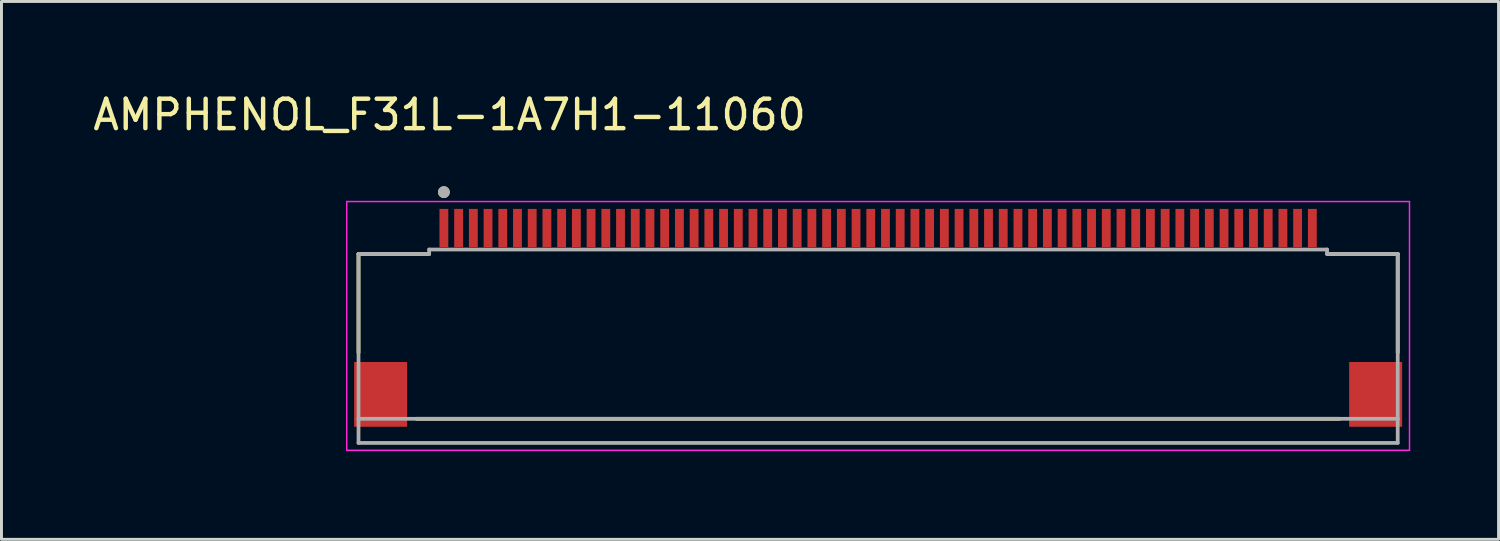
<source format=kicad_pcb>
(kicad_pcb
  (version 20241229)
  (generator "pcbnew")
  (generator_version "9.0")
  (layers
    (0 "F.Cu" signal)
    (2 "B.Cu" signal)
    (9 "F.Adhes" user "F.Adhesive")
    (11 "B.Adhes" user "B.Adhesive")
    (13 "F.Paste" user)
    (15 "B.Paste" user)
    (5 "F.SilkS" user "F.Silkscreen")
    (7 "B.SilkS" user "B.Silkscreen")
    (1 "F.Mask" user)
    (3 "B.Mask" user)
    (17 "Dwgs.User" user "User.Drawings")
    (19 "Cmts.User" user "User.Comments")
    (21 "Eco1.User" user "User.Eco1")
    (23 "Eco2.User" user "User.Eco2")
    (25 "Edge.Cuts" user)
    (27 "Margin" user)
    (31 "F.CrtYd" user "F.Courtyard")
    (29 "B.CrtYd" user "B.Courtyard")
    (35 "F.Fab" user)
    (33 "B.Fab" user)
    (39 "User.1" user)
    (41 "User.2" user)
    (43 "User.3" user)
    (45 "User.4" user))
  (footprint "AMPHENOL_F31L-1A7H1-11060"
    (layer "F.Cu")
    (at 26.778 8.786)
    (property "Reference" "AMPHENOL_F31L-1A7H1-11060" (at -14.557 -7.938 0) (layer "F.SilkS") (effects (font (size 1 1) (thickness 0.15))))
    (attr smd)
    (fp_poly (pts (xy -14.95 -4.79) (xy -14.55 -4.79) (xy -14.55 -3.39) (xy -14.95 -3.39)) (stroke (width 0.01) (type solid)) (fill yes) (layer "F.Mask"))
    (fp_poly (pts (xy -14.45 -4.79) (xy -14.05 -4.79) (xy -14.05 -3.39) (xy -14.45 -3.39)) (stroke (width 0.01) (type solid)) (fill yes) (layer "F.Mask"))
    (fp_poly (pts (xy -13.95 -4.79) (xy -13.55 -4.79) (xy -13.55 -3.39) (xy -13.95 -3.39)) (stroke (width 0.01) (type solid)) (fill yes) (layer "F.Mask"))
    (fp_poly (pts (xy -13.45 -4.79) (xy -13.05 -4.79) (xy -13.05 -3.39) (xy -13.45 -3.39)) (stroke (width 0.01) (type solid)) (fill yes) (layer "F.Mask"))
    (fp_poly (pts (xy -12.95 -4.79) (xy -12.55 -4.79) (xy -12.55 -3.39) (xy -12.95 -3.39)) (stroke (width 0.01) (type solid)) (fill yes) (layer "F.Mask"))
    (fp_poly (pts (xy -12.45 -4.79) (xy -12.05 -4.79) (xy -12.05 -3.39) (xy -12.45 -3.39)) (stroke (width 0.01) (type solid)) (fill yes) (layer "F.Mask"))
    (fp_poly (pts (xy -11.95 -4.79) (xy -11.55 -4.79) (xy -11.55 -3.39) (xy -11.95 -3.39)) (stroke (width 0.01) (type solid)) (fill yes) (layer "F.Mask"))
    (fp_poly (pts (xy -11.45 -4.79) (xy -11.05 -4.79) (xy -11.05 -3.39) (xy -11.45 -3.39)) (stroke (width 0.01) (type solid)) (fill yes) (layer "F.Mask"))
    (fp_poly (pts (xy -10.95 -4.79) (xy -10.55 -4.79) (xy -10.55 -3.39) (xy -10.95 -3.39)) (stroke (width 0.01) (type solid)) (fill yes) (layer "F.Mask"))
    (fp_poly (pts (xy -10.45 -4.79) (xy -10.05 -4.79) (xy -10.05 -3.39) (xy -10.45 -3.39)) (stroke (width 0.01) (type solid)) (fill yes) (layer "F.Mask"))
    (fp_poly (pts (xy -9.95 -4.79) (xy -9.55 -4.79) (xy -9.55 -3.39) (xy -9.95 -3.39)) (stroke (width 0.01) (type solid)) (fill yes) (layer "F.Mask"))
    (fp_poly (pts (xy -9.45 -4.79) (xy -9.05 -4.79) (xy -9.05 -3.39) (xy -9.45 -3.39)) (stroke (width 0.01) (type solid)) (fill yes) (layer "F.Mask"))
    (fp_poly (pts (xy -8.95 -4.79) (xy -8.55 -4.79) (xy -8.55 -3.39) (xy -8.95 -3.39)) (stroke (width 0.01) (type solid)) (fill yes) (layer "F.Mask"))
    (fp_poly (pts (xy -8.45 -4.79) (xy -8.05 -4.79) (xy -8.05 -3.39) (xy -8.45 -3.39)) (stroke (width 0.01) (type solid)) (fill yes) (layer "F.Mask"))
    (fp_poly (pts (xy -7.95 -4.79) (xy -7.55 -4.79) (xy -7.55 -3.39) (xy -7.95 -3.39)) (stroke (width 0.01) (type solid)) (fill yes) (layer "F.Mask"))
    (fp_poly (pts (xy -7.45 -4.79) (xy -7.05 -4.79) (xy -7.05 -3.39) (xy -7.45 -3.39)) (stroke (width 0.01) (type solid)) (fill yes) (layer "F.Mask"))
    (fp_poly (pts (xy -6.95 -4.79) (xy -6.55 -4.79) (xy -6.55 -3.39) (xy -6.95 -3.39)) (stroke (width 0.01) (type solid)) (fill yes) (layer "F.Mask"))
    (fp_poly (pts (xy -6.45 -4.79) (xy -6.05 -4.79) (xy -6.05 -3.39) (xy -6.45 -3.39)) (stroke (width 0.01) (type solid)) (fill yes) (layer "F.Mask"))
    (fp_poly (pts (xy -5.95 -4.79) (xy -5.55 -4.79) (xy -5.55 -3.39) (xy -5.95 -3.39)) (stroke (width 0.01) (type solid)) (fill yes) (layer "F.Mask"))
    (fp_poly (pts (xy -5.45 -4.79) (xy -5.05 -4.79) (xy -5.05 -3.39) (xy -5.45 -3.39)) (stroke (width 0.01) (type solid)) (fill yes) (layer "F.Mask"))
    (fp_poly (pts (xy -4.95 -4.79) (xy -4.55 -4.79) (xy -4.55 -3.39) (xy -4.95 -3.39)) (stroke (width 0.01) (type solid)) (fill yes) (layer "F.Mask"))
    (fp_poly (pts (xy -4.45 -4.79) (xy -4.05 -4.79) (xy -4.05 -3.39) (xy -4.45 -3.39)) (stroke (width 0.01) (type solid)) (fill yes) (layer "F.Mask"))
    (fp_poly (pts (xy -3.95 -4.79) (xy -3.55 -4.79) (xy -3.55 -3.39) (xy -3.95 -3.39)) (stroke (width 0.01) (type solid)) (fill yes) (layer "F.Mask"))
    (fp_poly (pts (xy -3.45 -4.79) (xy -3.05 -4.79) (xy -3.05 -3.39) (xy -3.45 -3.39)) (stroke (width 0.01) (type solid)) (fill yes) (layer "F.Mask"))
    (fp_poly (pts (xy -2.95 -4.79) (xy -2.55 -4.79) (xy -2.55 -3.39) (xy -2.95 -3.39)) (stroke (width 0.01) (type solid)) (fill yes) (layer "F.Mask"))
    (fp_poly (pts (xy -2.45 -4.79) (xy -2.05 -4.79) (xy -2.05 -3.39) (xy -2.45 -3.39)) (stroke (width 0.01) (type solid)) (fill yes) (layer "F.Mask"))
    (fp_poly (pts (xy -1.95 -4.79) (xy -1.55 -4.79) (xy -1.55 -3.39) (xy -1.95 -3.39)) (stroke (width 0.01) (type solid)) (fill yes) (layer "F.Mask"))
    (fp_poly (pts (xy -1.45 -4.79) (xy -1.05 -4.79) (xy -1.05 -3.39) (xy -1.45 -3.39)) (stroke (width 0.01) (type solid)) (fill yes) (layer "F.Mask"))
    (fp_poly (pts (xy -0.95 -4.79) (xy -0.55 -4.79) (xy -0.55 -3.39) (xy -0.95 -3.39)) (stroke (width 0.01) (type solid)) (fill yes) (layer "F.Mask"))
    (fp_poly (pts (xy -0.45 -4.79) (xy -0.05 -4.79) (xy -0.05 -3.39) (xy -0.45 -3.39)) (stroke (width 0.01) (type solid)) (fill yes) (layer "F.Mask"))
    (fp_poly (pts (xy 0.05 -4.79) (xy 0.45 -4.79) (xy 0.45 -3.39) (xy 0.05 -3.39)) (stroke (width 0.01) (type solid)) (fill yes) (layer "F.Mask"))
    (fp_poly (pts (xy 0.55 -4.79) (xy 0.95 -4.79) (xy 0.95 -3.39) (xy 0.55 -3.39)) (stroke (width 0.01) (type solid)) (fill yes) (layer "F.Mask"))
    (fp_poly (pts (xy 1.05 -4.79) (xy 1.45 -4.79) (xy 1.45 -3.39) (xy 1.05 -3.39)) (stroke (width 0.01) (type solid)) (fill yes) (layer "F.Mask"))
    (fp_poly (pts (xy 1.55 -4.79) (xy 1.95 -4.79) (xy 1.95 -3.39) (xy 1.55 -3.39)) (stroke (width 0.01) (type solid)) (fill yes) (layer "F.Mask"))
    (fp_poly (pts (xy 2.05 -4.79) (xy 2.45 -4.79) (xy 2.45 -3.39) (xy 2.05 -3.39)) (stroke (width 0.01) (type solid)) (fill yes) (layer "F.Mask"))
    (fp_poly (pts (xy 2.55 -4.79) (xy 2.95 -4.79) (xy 2.95 -3.39) (xy 2.55 -3.39)) (stroke (width 0.01) (type solid)) (fill yes) (layer "F.Mask"))
    (fp_poly (pts (xy 3.05 -4.79) (xy 3.45 -4.79) (xy 3.45 -3.39) (xy 3.05 -3.39)) (stroke (width 0.01) (type solid)) (fill yes) (layer "F.Mask"))
    (fp_poly (pts (xy 3.55 -4.79) (xy 3.95 -4.79) (xy 3.95 -3.39) (xy 3.55 -3.39)) (stroke (width 0.01) (type solid)) (fill yes) (layer "F.Mask"))
    (fp_poly (pts (xy 4.05 -4.79) (xy 4.45 -4.79) (xy 4.45 -3.39) (xy 4.05 -3.39)) (stroke (width 0.01) (type solid)) (fill yes) (layer "F.Mask"))
    (fp_poly (pts (xy 4.55 -4.79) (xy 4.95 -4.79) (xy 4.95 -3.39) (xy 4.55 -3.39)) (stroke (width 0.01) (type solid)) (fill yes) (layer "F.Mask"))
    (fp_poly (pts (xy 5.05 -4.79) (xy 5.45 -4.79) (xy 5.45 -3.39) (xy 5.05 -3.39)) (stroke (width 0.01) (type solid)) (fill yes) (layer "F.Mask"))
    (fp_poly (pts (xy 5.55 -4.79) (xy 5.95 -4.79) (xy 5.95 -3.39) (xy 5.55 -3.39)) (stroke (width 0.01) (type solid)) (fill yes) (layer "F.Mask"))
    (fp_poly (pts (xy 6.05 -4.79) (xy 6.45 -4.79) (xy 6.45 -3.39) (xy 6.05 -3.39)) (stroke (width 0.01) (type solid)) (fill yes) (layer "F.Mask"))
    (fp_poly (pts (xy 6.55 -4.79) (xy 6.95 -4.79) (xy 6.95 -3.39) (xy 6.55 -3.39)) (stroke (width 0.01) (type solid)) (fill yes) (layer "F.Mask"))
    (fp_poly (pts (xy 7.05 -4.79) (xy 7.45 -4.79) (xy 7.45 -3.39) (xy 7.05 -3.39)) (stroke (width 0.01) (type solid)) (fill yes) (layer "F.Mask"))
    (fp_poly (pts (xy 7.55 -4.79) (xy 7.95 -4.79) (xy 7.95 -3.39) (xy 7.55 -3.39)) (stroke (width 0.01) (type solid)) (fill yes) (layer "F.Mask"))
    (fp_poly (pts (xy 8.05 -4.79) (xy 8.45 -4.79) (xy 8.45 -3.39) (xy 8.05 -3.39)) (stroke (width 0.01) (type solid)) (fill yes) (layer "F.Mask"))
    (fp_poly (pts (xy 8.55 -4.79) (xy 8.95 -4.79) (xy 8.95 -3.39) (xy 8.55 -3.39)) (stroke (width 0.01) (type solid)) (fill yes) (layer "F.Mask"))
    (fp_poly (pts (xy 9.05 -4.79) (xy 9.45 -4.79) (xy 9.45 -3.39) (xy 9.05 -3.39)) (stroke (width 0.01) (type solid)) (fill yes) (layer "F.Mask"))
    (fp_poly (pts (xy 9.55 -4.79) (xy 9.95 -4.79) (xy 9.95 -3.39) (xy 9.55 -3.39)) (stroke (width 0.01) (type solid)) (fill yes) (layer "F.Mask"))
    (fp_poly (pts (xy 10.05 -4.79) (xy 10.45 -4.79) (xy 10.45 -3.39) (xy 10.05 -3.39)) (stroke (width 0.01) (type solid)) (fill yes) (layer "F.Mask"))
    (fp_poly (pts (xy 10.55 -4.79) (xy 10.95 -4.79) (xy 10.95 -3.39) (xy 10.55 -3.39)) (stroke (width 0.01) (type solid)) (fill yes) (layer "F.Mask"))
    (fp_poly (pts (xy 11.05 -4.79) (xy 11.45 -4.79) (xy 11.45 -3.39) (xy 11.05 -3.39)) (stroke (width 0.01) (type solid)) (fill yes) (layer "F.Mask"))
    (fp_poly (pts (xy 11.55 -4.79) (xy 11.95 -4.79) (xy 11.95 -3.39) (xy 11.55 -3.39)) (stroke (width 0.01) (type solid)) (fill yes) (layer "F.Mask"))
    (fp_poly (pts (xy 12.05 -4.79) (xy 12.45 -4.79) (xy 12.45 -3.39) (xy 12.05 -3.39)) (stroke (width 0.01) (type solid)) (fill yes) (layer "F.Mask"))
    (fp_poly (pts (xy 12.55 -4.79) (xy 12.95 -4.79) (xy 12.95 -3.39) (xy 12.55 -3.39)) (stroke (width 0.01) (type solid)) (fill yes) (layer "F.Mask"))
    (fp_poly (pts (xy 13.05 -4.79) (xy 13.45 -4.79) (xy 13.45 -3.39) (xy 13.05 -3.39)) (stroke (width 0.01) (type solid)) (fill yes) (layer "F.Mask"))
    (fp_poly (pts (xy 13.55 -4.79) (xy 13.95 -4.79) (xy 13.95 -3.39) (xy 13.55 -3.39)) (stroke (width 0.01) (type solid)) (fill yes) (layer "F.Mask"))
    (fp_poly (pts (xy 14.05 -4.79) (xy 14.45 -4.79) (xy 14.45 -3.39) (xy 14.05 -3.39)) (stroke (width 0.01) (type solid)) (fill yes) (layer "F.Mask"))
    (fp_poly (pts (xy 14.55 -4.79) (xy 14.95 -4.79) (xy 14.95 -3.39) (xy 14.55 -3.39)) (stroke (width 0.01) (type solid)) (fill yes) (layer "F.Mask"))
    (fp_line (start -17.65 -3.21) (end -17.65 0.14) (stroke (width 0.127) (type solid)) (layer "F.SilkS"))
    (fp_line (start -15.68 2.39) (end 15.68 2.39) (stroke (width 0.127) (type solid)) (layer "F.SilkS"))
    (fp_line (start -15.25 -3.21) (end -17.65 -3.21) (stroke (width 0.127) (type solid)) (layer "F.SilkS"))
    (fp_line (start 17.65 -3.21) (end 15.25 -3.21) (stroke (width 0.127) (type solid)) (layer "F.SilkS"))
    (fp_line (start 17.65 0.14) (end 17.65 -3.21) (stroke (width 0.127) (type solid)) (layer "F.SilkS"))
    (fp_circle (center -14.75 -5.31) (end -14.65 -5.31) (stroke (width 0.2) (type solid)) (fill no) (layer "F.SilkS"))
    (fp_line (start -18.05 -4.99) (end -18.05 3.46) (stroke (width 0.05) (type solid)) (layer "F.CrtYd"))
    (fp_line (start -18.05 3.46) (end 18.05 3.46) (stroke (width 0.05) (type solid)) (layer "F.CrtYd"))
    (fp_line (start 18.05 -4.99) (end -18.05 -4.99) (stroke (width 0.05) (type solid)) (layer "F.CrtYd"))
    (fp_line (start 18.05 3.46) (end 18.05 -4.99) (stroke (width 0.05) (type solid)) (layer "F.CrtYd"))
    (fp_line (start -17.65 -3.21) (end -17.65 2.39) (stroke (width 0.127) (type solid)) (layer "F.Fab"))
    (fp_line (start -17.65 2.39) (end -17.65 3.21) (stroke (width 0.127) (type solid)) (layer "F.Fab"))
    (fp_line (start -17.65 2.39) (end 17.65 2.39) (stroke (width 0.127) (type solid)) (layer "F.Fab"))
    (fp_line (start -17.65 3.21) (end 17.65 3.21) (stroke (width 0.127) (type solid)) (layer "F.Fab"))
    (fp_line (start -15.25 -3.36) (end 15.25 -3.36) (stroke (width 0.127) (type solid)) (layer "F.Fab"))
    (fp_line (start -15.25 -3.21) (end -17.65 -3.21) (stroke (width 0.127) (type solid)) (layer "F.Fab"))
    (fp_line (start -15.25 -3.21) (end -15.25 -3.36) (stroke (width 0.127) (type solid)) (layer "F.Fab"))
    (fp_line (start 15.25 -3.36) (end 15.25 -3.21) (stroke (width 0.127) (type solid)) (layer "F.Fab"))
    (fp_line (start 17.65 -3.21) (end 15.25 -3.21) (stroke (width 0.127) (type solid)) (layer "F.Fab"))
    (fp_line (start 17.65 2.39) (end 17.65 -3.21) (stroke (width 0.127) (type solid)) (layer "F.Fab"))
    (fp_line (start 17.65 3.21) (end 17.65 2.39) (stroke (width 0.127) (type solid)) (layer "F.Fab"))
    (fp_circle (center -14.75 -5.31) (end -14.65 -5.31) (stroke (width 0.2) (type solid)) (fill no) (layer "F.Fab"))
    (pad "1" smd rect (at -14.75 -4.09) (size 0.3 1.3) (layers "F.Cu" "F.Paste"))
    (pad "2" smd rect (at -14.25 -4.09) (size 0.3 1.3) (layers "F.Cu" "F.Paste"))
    (pad "3" smd rect (at -13.75 -4.09) (size 0.3 1.3) (layers "F.Cu" "F.Paste"))
    (pad "4" smd rect (at -13.25 -4.09) (size 0.3 1.3) (layers "F.Cu" "F.Paste"))
    (pad "5" smd rect (at -12.75 -4.09) (size 0.3 1.3) (layers "F.Cu" "F.Paste"))
    (pad "6" smd rect (at -12.25 -4.09) (size 0.3 1.3) (layers "F.Cu" "F.Paste"))
    (pad "7" smd rect (at -11.75 -4.09) (size 0.3 1.3) (layers "F.Cu" "F.Paste"))
    (pad "8" smd rect (at -11.25 -4.09) (size 0.3 1.3) (layers "F.Cu" "F.Paste"))
    (pad "9" smd rect (at -10.75 -4.09) (size 0.3 1.3) (layers "F.Cu" "F.Paste"))
    (pad "10" smd rect (at -10.25 -4.09) (size 0.3 1.3) (layers "F.Cu" "F.Paste"))
    (pad "11" smd rect (at -9.75 -4.09) (size 0.3 1.3) (layers "F.Cu" "F.Paste"))
    (pad "12" smd rect (at -9.25 -4.09) (size 0.3 1.3) (layers "F.Cu" "F.Paste"))
    (pad "13" smd rect (at -8.75 -4.09) (size 0.3 1.3) (layers "F.Cu" "F.Paste"))
    (pad "14" smd rect (at -8.25 -4.09) (size 0.3 1.3) (layers "F.Cu" "F.Paste"))
    (pad "15" smd rect (at -7.75 -4.09) (size 0.3 1.3) (layers "F.Cu" "F.Paste"))
    (pad "16" smd rect (at -7.25 -4.09) (size 0.3 1.3) (layers "F.Cu" "F.Paste"))
    (pad "17" smd rect (at -6.75 -4.09) (size 0.3 1.3) (layers "F.Cu" "F.Paste"))
    (pad "18" smd rect (at -6.25 -4.09) (size 0.3 1.3) (layers "F.Cu" "F.Paste"))
    (pad "19" smd rect (at -5.75 -4.09) (size 0.3 1.3) (layers "F.Cu" "F.Paste"))
    (pad "20" smd rect (at -5.25 -4.09) (size 0.3 1.3) (layers "F.Cu" "F.Paste"))
    (pad "21" smd rect (at -4.75 -4.09) (size 0.3 1.3) (layers "F.Cu" "F.Paste"))
    (pad "22" smd rect (at -4.25 -4.09) (size 0.3 1.3) (layers "F.Cu" "F.Paste"))
    (pad "23" smd rect (at -3.75 -4.09) (size 0.3 1.3) (layers "F.Cu" "F.Paste"))
    (pad "24" smd rect (at -3.25 -4.09) (size 0.3 1.3) (layers "F.Cu" "F.Paste"))
    (pad "25" smd rect (at -2.75 -4.09) (size 0.3 1.3) (layers "F.Cu" "F.Paste"))
    (pad "26" smd rect (at -2.25 -4.09) (size 0.3 1.3) (layers "F.Cu" "F.Paste"))
    (pad "27" smd rect (at -1.75 -4.09) (size 0.3 1.3) (layers "F.Cu" "F.Paste"))
    (pad "28" smd rect (at -1.25 -4.09) (size 0.3 1.3) (layers "F.Cu" "F.Paste"))
    (pad "29" smd rect (at -0.75 -4.09) (size 0.3 1.3) (layers "F.Cu" "F.Paste"))
    (pad "30" smd rect (at -0.25 -4.09) (size 0.3 1.3) (layers "F.Cu" "F.Paste"))
    (pad "31" smd rect (at 0.25 -4.09) (size 0.3 1.3) (layers "F.Cu" "F.Paste"))
    (pad "32" smd rect (at 0.75 -4.09) (size 0.3 1.3) (layers "F.Cu" "F.Paste"))
    (pad "33" smd rect (at 1.25 -4.09) (size 0.3 1.3) (layers "F.Cu" "F.Paste"))
    (pad "34" smd rect (at 1.75 -4.09) (size 0.3 1.3) (layers "F.Cu" "F.Paste"))
    (pad "35" smd rect (at 2.25 -4.09) (size 0.3 1.3) (layers "F.Cu" "F.Paste"))
    (pad "36" smd rect (at 2.75 -4.09) (size 0.3 1.3) (layers "F.Cu" "F.Paste"))
    (pad "37" smd rect (at 3.25 -4.09) (size 0.3 1.3) (layers "F.Cu" "F.Paste"))
    (pad "38" smd rect (at 3.75 -4.09) (size 0.3 1.3) (layers "F.Cu" "F.Paste"))
    (pad "39" smd rect (at 4.25 -4.09) (size 0.3 1.3) (layers "F.Cu" "F.Paste"))
    (pad "40" smd rect (at 4.75 -4.09) (size 0.3 1.3) (layers "F.Cu" "F.Paste"))
    (pad "41" smd rect (at 5.25 -4.09) (size 0.3 1.3) (layers "F.Cu" "F.Paste"))
    (pad "42" smd rect (at 5.75 -4.09) (size 0.3 1.3) (layers "F.Cu" "F.Paste"))
    (pad "43" smd rect (at 6.25 -4.09) (size 0.3 1.3) (layers "F.Cu" "F.Paste"))
    (pad "44" smd rect (at 6.75 -4.09) (size 0.3 1.3) (layers "F.Cu" "F.Paste"))
    (pad "45" smd rect (at 7.25 -4.09) (size 0.3 1.3) (layers "F.Cu" "F.Paste"))
    (pad "46" smd rect (at 7.75 -4.09) (size 0.3 1.3) (layers "F.Cu" "F.Paste"))
    (pad "47" smd rect (at 8.25 -4.09) (size 0.3 1.3) (layers "F.Cu" "F.Paste"))
    (pad "48" smd rect (at 8.75 -4.09) (size 0.3 1.3) (layers "F.Cu" "F.Paste"))
    (pad "49" smd rect (at 9.25 -4.09) (size 0.3 1.3) (layers "F.Cu" "F.Paste"))
    (pad "50" smd rect (at 9.75 -4.09) (size 0.3 1.3) (layers "F.Cu" "F.Paste"))
    (pad "51" smd rect (at 10.25 -4.09) (size 0.3 1.3) (layers "F.Cu" "F.Paste"))
    (pad "52" smd rect (at 10.75 -4.09) (size 0.3 1.3) (layers "F.Cu" "F.Paste"))
    (pad "53" smd rect (at 11.25 -4.09) (size 0.3 1.3) (layers "F.Cu" "F.Paste"))
    (pad "54" smd rect (at 11.75 -4.09) (size 0.3 1.3) (layers "F.Cu" "F.Paste"))
    (pad "55" smd rect (at 12.25 -4.09) (size 0.3 1.3) (layers "F.Cu" "F.Paste"))
    (pad "56" smd rect (at 12.75 -4.09) (size 0.3 1.3) (layers "F.Cu" "F.Paste"))
    (pad "57" smd rect (at 13.25 -4.09) (size 0.3 1.3) (layers "F.Cu" "F.Paste"))
    (pad "58" smd rect (at 13.75 -4.09) (size 0.3 1.3) (layers "F.Cu" "F.Paste"))
    (pad "59" smd rect (at 14.25 -4.09) (size 0.3 1.3) (layers "F.Cu" "F.Paste"))
    (pad "60" smd rect (at 14.75 -4.09) (size 0.3 1.3) (layers "F.Cu" "F.Paste"))
    (pad "SH1" smd rect (at -16.9 1.56) (size 1.8 2.2) (layers "F.Cu" "F.Mask" "F.Paste"))
    (pad "SH2" smd rect (at 16.9 1.56) (size 1.8 2.2) (layers "F.Cu" "F.Mask" "F.Paste")))
  (gr_rect
    (start -3 -3)
    (end 47.853 15.271)
    (stroke (width 0.1) (type default))
    (fill no)
    (layer "Edge.Cuts")))
</source>
